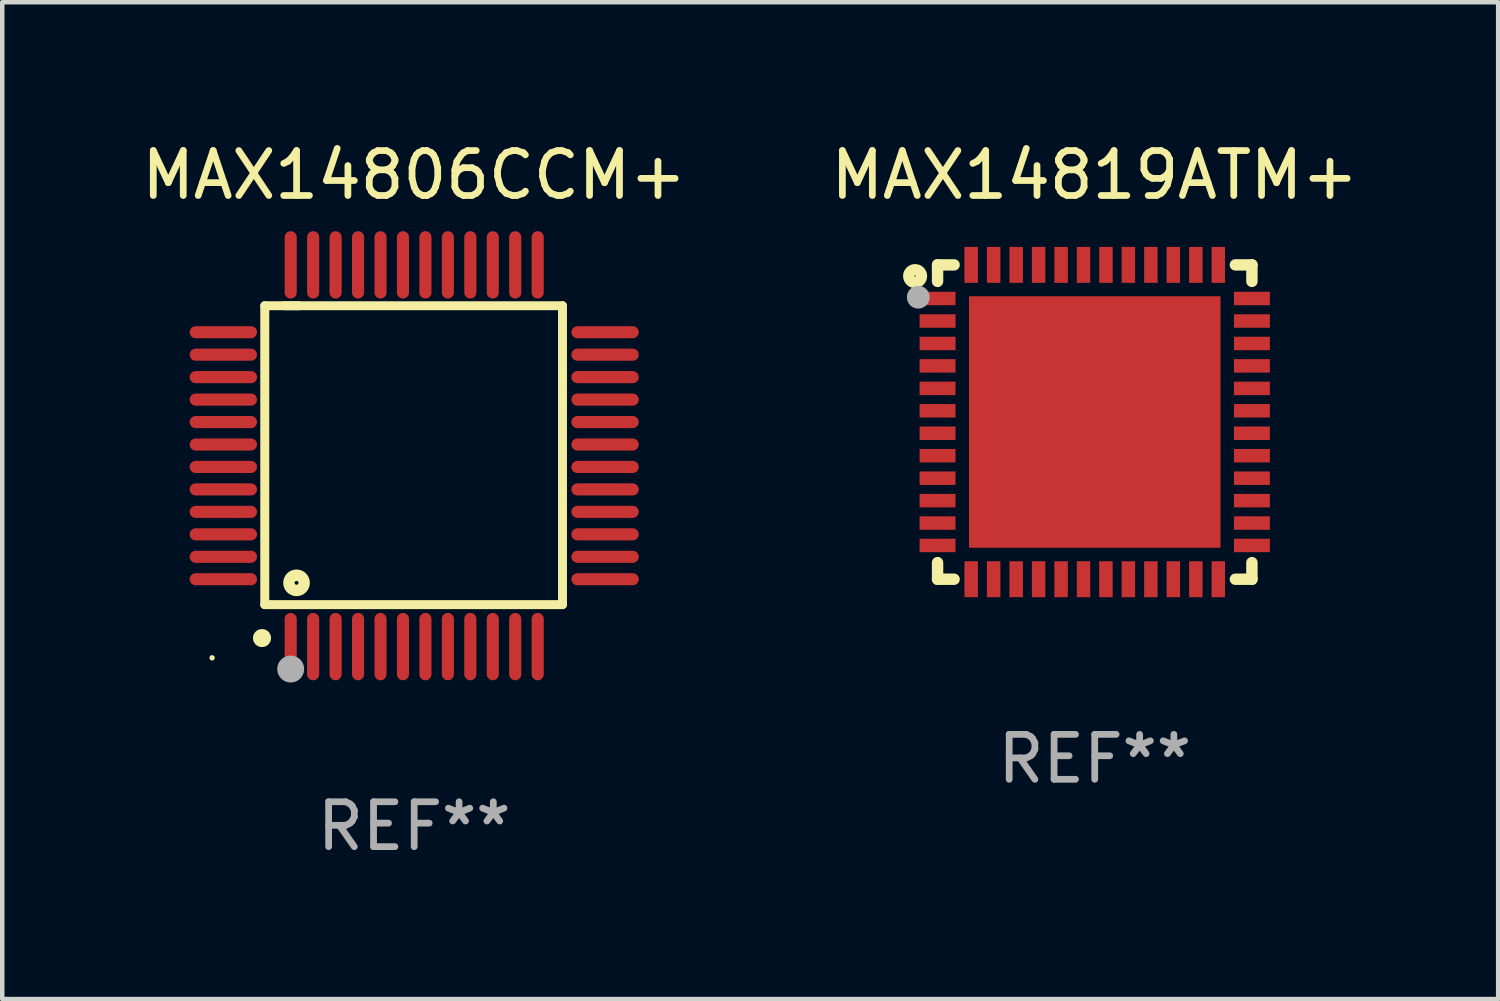
<source format=kicad_pcb>
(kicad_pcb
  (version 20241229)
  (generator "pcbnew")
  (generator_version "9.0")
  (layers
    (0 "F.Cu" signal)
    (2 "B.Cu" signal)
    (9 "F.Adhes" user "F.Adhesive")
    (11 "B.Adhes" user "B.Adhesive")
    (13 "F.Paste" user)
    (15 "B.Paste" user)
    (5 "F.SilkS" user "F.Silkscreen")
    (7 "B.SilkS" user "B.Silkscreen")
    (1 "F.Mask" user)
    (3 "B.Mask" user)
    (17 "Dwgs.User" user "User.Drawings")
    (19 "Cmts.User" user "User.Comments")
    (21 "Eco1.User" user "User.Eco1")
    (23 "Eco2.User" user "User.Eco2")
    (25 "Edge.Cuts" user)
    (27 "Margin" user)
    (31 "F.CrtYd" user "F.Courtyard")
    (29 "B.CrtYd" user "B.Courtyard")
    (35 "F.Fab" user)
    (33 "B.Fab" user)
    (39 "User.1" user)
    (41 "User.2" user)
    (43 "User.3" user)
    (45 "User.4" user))
  (footprint "MAX14806CCM+"
    (layer "F.Cu")
    (at 6.173 7.098)
    (property "Reference" "MAX14806CCM+" (at 0 -6.25 0) (layer "F.SilkS") (effects (font (size 1 1) (thickness 0.15))))
    (attr through_hole)
    (fp_line (start -3.327 -3.34) (end -2.565 -3.34) (stroke (width 0.2) (type solid)) (layer "F.SilkS"))
    (fp_line (start -3.327 3.315) (end -3.327 -3.34) (stroke (width 0.2) (type solid)) (layer "F.SilkS"))
    (fp_line (start -2.896 -3.34) (end 3.302 -3.34) (stroke (width 0.2) (type solid)) (layer "F.SilkS"))
    (fp_line (start 3.302 -3.34) (end 3.302 3.315) (stroke (width 0.2) (type solid)) (layer "F.SilkS"))
    (fp_line (start 3.302 3.315) (end -3.327 3.315) (stroke (width 0.2) (type solid)) (layer "F.SilkS"))
    (fp_arc (start -3.389992 4.059995) (mid -3.388722 4.059991) (end -3.387452 4.059995) (stroke (width 0.4) (type solid)) (layer "F.SilkS"))
    (fp_circle (center -4.5 4.5) (end -4.47 4.5) (stroke (width 0.06) (type solid)) (fill no) (layer "F.SilkS"))
    (fp_circle (center -2.62 2.83) (end -2.45 2.83) (stroke (width 0.254) (type solid)) (fill no) (layer "F.SilkS"))
    (fp_circle (center -2.75 4.75) (end -2.6 4.75) (stroke (width 0.3) (type solid)) (fill no) (layer "F.Fab"))
    (fp_text user "REF**" (at 0 8.25 0) (layer "F.Fab") (effects (font (size 1 1) (thickness 0.15))))
    (pad "1" smd oval (at -2.75 4.25) (size 0.27 1.5) (layers "F.Cu" "F.Mask" "F.Paste"))
    (pad "2" smd oval (at -2.25 4.25) (size 0.27 1.5) (layers "F.Cu" "F.Mask" "F.Paste"))
    (pad "3" smd oval (at -1.75 4.25) (size 0.27 1.5) (layers "F.Cu" "F.Mask" "F.Paste"))
    (pad "4" smd oval (at -1.25 4.25) (size 0.27 1.5) (layers "F.Cu" "F.Mask" "F.Paste"))
    (pad "5" smd oval (at -0.75 4.25) (size 0.27 1.5) (layers "F.Cu" "F.Mask" "F.Paste"))
    (pad "6" smd oval (at -0.25 4.25) (size 0.27 1.5) (layers "F.Cu" "F.Mask" "F.Paste"))
    (pad "7" smd oval (at 0.25 4.25) (size 0.27 1.5) (layers "F.Cu" "F.Mask" "F.Paste"))
    (pad "8" smd oval (at 0.75 4.25) (size 0.27 1.5) (layers "F.Cu" "F.Mask" "F.Paste"))
    (pad "9" smd oval (at 1.25 4.25) (size 0.27 1.5) (layers "F.Cu" "F.Mask" "F.Paste"))
    (pad "10" smd oval (at 1.75 4.25) (size 0.27 1.5) (layers "F.Cu" "F.Mask" "F.Paste"))
    (pad "11" smd oval (at 2.25 4.25) (size 0.27 1.5) (layers "F.Cu" "F.Mask" "F.Paste"))
    (pad "12" smd oval (at 2.75 4.25) (size 0.27 1.5) (layers "F.Cu" "F.Mask" "F.Paste"))
    (pad "13" smd oval (at 4.25 2.75) (size 1.5 0.27) (layers "F.Cu" "F.Mask" "F.Paste"))
    (pad "14" smd oval (at 4.25 2.25) (size 1.5 0.27) (layers "F.Cu" "F.Mask" "F.Paste"))
    (pad "15" smd oval (at 4.25 1.75) (size 1.5 0.27) (layers "F.Cu" "F.Mask" "F.Paste"))
    (pad "16" smd oval (at 4.25 1.25) (size 1.5 0.27) (layers "F.Cu" "F.Mask" "F.Paste"))
    (pad "17" smd oval (at 4.25 0.75) (size 1.5 0.27) (layers "F.Cu" "F.Mask" "F.Paste"))
    (pad "18" smd oval (at 4.25 0.25) (size 1.5 0.27) (layers "F.Cu" "F.Mask" "F.Paste"))
    (pad "19" smd oval (at 4.25 -0.25) (size 1.5 0.27) (layers "F.Cu" "F.Mask" "F.Paste"))
    (pad "20" smd oval (at 4.25 -0.75) (size 1.5 0.27) (layers "F.Cu" "F.Mask" "F.Paste"))
    (pad "21" smd oval (at 4.25 -1.25) (size 1.5 0.27) (layers "F.Cu" "F.Mask" "F.Paste"))
    (pad "22" smd oval (at 4.25 -1.75) (size 1.5 0.27) (layers "F.Cu" "F.Mask" "F.Paste"))
    (pad "23" smd oval (at 4.25 -2.25) (size 1.5 0.27) (layers "F.Cu" "F.Mask" "F.Paste"))
    (pad "24" smd oval (at 4.25 -2.75) (size 1.5 0.27) (layers "F.Cu" "F.Mask" "F.Paste"))
    (pad "25" smd oval (at 2.75 -4.25) (size 0.27 1.5) (layers "F.Cu" "F.Mask" "F.Paste"))
    (pad "26" smd oval (at 2.25 -4.25) (size 0.27 1.5) (layers "F.Cu" "F.Mask" "F.Paste"))
    (pad "27" smd oval (at 1.75 -4.25) (size 0.27 1.5) (layers "F.Cu" "F.Mask" "F.Paste"))
    (pad "28" smd oval (at 1.25 -4.25) (size 0.27 1.5) (layers "F.Cu" "F.Mask" "F.Paste"))
    (pad "29" smd oval (at 0.75 -4.25) (size 0.27 1.5) (layers "F.Cu" "F.Mask" "F.Paste"))
    (pad "30" smd oval (at 0.25 -4.25) (size 0.27 1.5) (layers "F.Cu" "F.Mask" "F.Paste"))
    (pad "31" smd oval (at -0.25 -4.25) (size 0.27 1.5) (layers "F.Cu" "F.Mask" "F.Paste"))
    (pad "32" smd oval (at -0.75 -4.25) (size 0.27 1.5) (layers "F.Cu" "F.Mask" "F.Paste"))
    (pad "33" smd oval (at -1.25 -4.25) (size 0.27 1.5) (layers "F.Cu" "F.Mask" "F.Paste"))
    (pad "34" smd oval (at -1.75 -4.25) (size 0.27 1.5) (layers "F.Cu" "F.Mask" "F.Paste"))
    (pad "35" smd oval (at -2.25 -4.25) (size 0.27 1.5) (layers "F.Cu" "F.Mask" "F.Paste"))
    (pad "36" smd oval (at -2.75 -4.25) (size 0.27 1.5) (layers "F.Cu" "F.Mask" "F.Paste"))
    (pad "37" smd oval (at -4.25 -2.75) (size 1.5 0.27) (layers "F.Cu" "F.Mask" "F.Paste"))
    (pad "38" smd oval (at -4.25 -2.25) (size 1.5 0.27) (layers "F.Cu" "F.Mask" "F.Paste"))
    (pad "39" smd oval (at -4.25 -1.75) (size 1.5 0.27) (layers "F.Cu" "F.Mask" "F.Paste"))
    (pad "40" smd oval (at -4.25 -1.25) (size 1.5 0.27) (layers "F.Cu" "F.Mask" "F.Paste"))
    (pad "41" smd oval (at -4.25 -0.75) (size 1.5 0.27) (layers "F.Cu" "F.Mask" "F.Paste"))
    (pad "42" smd oval (at -4.25 -0.25) (size 1.5 0.27) (layers "F.Cu" "F.Mask" "F.Paste"))
    (pad "43" smd oval (at -4.25 0.25) (size 1.5 0.27) (layers "F.Cu" "F.Mask" "F.Paste"))
    (pad "44" smd oval (at -4.25 0.75) (size 1.5 0.27) (layers "F.Cu" "F.Mask" "F.Paste"))
    (pad "45" smd oval (at -4.25 1.25) (size 1.5 0.27) (layers "F.Cu" "F.Mask" "F.Paste"))
    (pad "46" smd oval (at -4.25 1.75) (size 1.5 0.27) (layers "F.Cu" "F.Mask" "F.Paste"))
    (pad "47" smd oval (at -4.25 2.25) (size 1.5 0.27) (layers "F.Cu" "F.Mask" "F.Paste"))
    (pad "48" smd oval (at -4.25 2.75) (size 1.5 0.27) (layers "F.Cu" "F.Mask" "F.Paste")))
  (footprint "MAX14819ATM+"
    (layer "F.Cu")
    (at 21.327 6.348)
    (property "Reference" "MAX14819ATM+" (at 0 -5.5 0) (layer "F.SilkS") (effects (font (size 1 1) (thickness 0.15))))
    (attr through_hole)
    (fp_line (start -3.5 -3.5) (end -3.132 -3.5) (stroke (width 0.254) (type solid)) (layer "F.SilkS"))
    (fp_line (start -3.5 -3.132) (end -3.5 -3.5) (stroke (width 0.254) (type solid)) (layer "F.SilkS"))
    (fp_line (start -3.5 3.5) (end -3.5 3.13) (stroke (width 0.254) (type solid)) (layer "F.SilkS"))
    (fp_line (start -3.132 3.5) (end -3.5 3.5) (stroke (width 0.254) (type solid)) (layer "F.SilkS"))
    (fp_line (start 3.132 -3.5) (end 3.5 -3.5) (stroke (width 0.254) (type solid)) (layer "F.SilkS"))
    (fp_line (start 3.5 -3.5) (end 3.5 -3.132) (stroke (width 0.254) (type solid)) (layer "F.SilkS"))
    (fp_line (start 3.5 3.13) (end 3.5 3.5) (stroke (width 0.254) (type solid)) (layer "F.SilkS"))
    (fp_line (start 3.5 3.5) (end 3.132 3.5) (stroke (width 0.254) (type solid)) (layer "F.SilkS"))
    (fp_circle (center -4 -3.25) (end -3.859 -3.25) (stroke (width 0.254) (type solid)) (fill no) (layer "F.SilkS"))
    (fp_circle (center -3.5 -3.501) (end -3.47 -3.501) (stroke (width 0.06) (type solid)) (fill no) (layer "F.SilkS"))
    (fp_circle (center -3.93 -2.78) (end -3.803 -2.78) (stroke (width 0.254) (type solid)) (fill no) (layer "F.Fab"))
    (fp_text user "REF**" (at 0 7.5 0) (layer "F.Fab") (effects (font (size 1 1) (thickness 0.15))))
    (pad "1" smd rect (at -3.5 -2.751 270) (size 0.3 0.8) (layers "F.Cu" "F.Mask" "F.Paste"))
    (pad "2" smd rect (at -3.5 -2.25 270) (size 0.3 0.8) (layers "F.Cu" "F.Mask" "F.Paste"))
    (pad "3" smd rect (at -3.5 -1.75 270) (size 0.3 0.8) (layers "F.Cu" "F.Mask" "F.Paste"))
    (pad "4" smd rect (at -3.5 -1.251 270) (size 0.3 0.8) (layers "F.Cu" "F.Mask" "F.Paste"))
    (pad "5" smd rect (at -3.5 -0.75 270) (size 0.3 0.8) (layers "F.Cu" "F.Mask" "F.Paste"))
    (pad "6" smd rect (at -3.5 -0.251 270) (size 0.3 0.8) (layers "F.Cu" "F.Mask" "F.Paste"))
    (pad "7" smd rect (at -3.5 0.249 270) (size 0.3 0.8) (layers "F.Cu" "F.Mask" "F.Paste"))
    (pad "8" smd rect (at -3.5 0.749 270) (size 0.3 0.8) (layers "F.Cu" "F.Mask" "F.Paste"))
    (pad "9" smd rect (at -3.5 1.25 270) (size 0.3 0.8) (layers "F.Cu" "F.Mask" "F.Paste"))
    (pad "10" smd rect (at -3.5 1.75 270) (size 0.3 0.8) (layers "F.Cu" "F.Mask" "F.Paste"))
    (pad "11" smd rect (at -3.5 2.249 270) (size 0.3 0.8) (layers "F.Cu" "F.Mask" "F.Paste"))
    (pad "12" smd rect (at -3.5 2.748 270) (size 0.3 0.8) (layers "F.Cu" "F.Mask" "F.Paste"))
    (pad "13" smd rect (at -2.751 3.5 180) (size 0.3 0.8) (layers "F.Cu" "F.Mask" "F.Paste"))
    (pad "14" smd rect (at -2.251 3.5 180) (size 0.3 0.8) (layers "F.Cu" "F.Mask" "F.Paste"))
    (pad "15" smd rect (at -1.75 3.5 180) (size 0.3 0.8) (layers "F.Cu" "F.Mask" "F.Paste"))
    (pad "16" smd rect (at -1.25 3.5 180) (size 0.3 0.8) (layers "F.Cu" "F.Mask" "F.Paste"))
    (pad "17" smd rect (at -0.749 3.5 180) (size 0.3 0.8) (layers "F.Cu" "F.Mask" "F.Paste"))
    (pad "18" smd rect (at -0.25 3.5 180) (size 0.3 0.8) (layers "F.Cu" "F.Mask" "F.Paste"))
    (pad "19" smd rect (at 0.249 3.5 180) (size 0.3 0.8) (layers "F.Cu" "F.Mask" "F.Paste"))
    (pad "20" smd rect (at 0.749 3.5 180) (size 0.3 0.8) (layers "F.Cu" "F.Mask" "F.Paste"))
    (pad "21" smd rect (at 1.25 3.5 180) (size 0.3 0.8) (layers "F.Cu" "F.Mask" "F.Paste"))
    (pad "22" smd rect (at 1.75 3.5 180) (size 0.3 0.8) (layers "F.Cu" "F.Mask" "F.Paste"))
    (pad "23" smd rect (at 2.251 3.5 180) (size 0.3 0.8) (layers "F.Cu" "F.Mask" "F.Paste"))
    (pad "24" smd rect (at 2.751 3.5 180) (size 0.3 0.8) (layers "F.Cu" "F.Mask" "F.Paste"))
    (pad "25" smd rect (at 3.5 2.748 270) (size 0.3 0.8) (layers "F.Cu" "F.Mask" "F.Paste"))
    (pad "26" smd rect (at 3.5 2.249 270) (size 0.3 0.8) (layers "F.Cu" "F.Mask" "F.Paste"))
    (pad "27" smd rect (at 3.5 1.75 270) (size 0.3 0.8) (layers "F.Cu" "F.Mask" "F.Paste"))
    (pad "28" smd rect (at 3.5 1.25 270) (size 0.3 0.8) (layers "F.Cu" "F.Mask" "F.Paste"))
    (pad "29" smd rect (at 3.5 0.749 270) (size 0.3 0.8) (layers "F.Cu" "F.Mask" "F.Paste"))
    (pad "30" smd rect (at 3.5 0.249 270) (size 0.3 0.8) (layers "F.Cu" "F.Mask" "F.Paste"))
    (pad "31" smd rect (at 3.5 -0.251 270) (size 0.3 0.8) (layers "F.Cu" "F.Mask" "F.Paste"))
    (pad "32" smd rect (at 3.5 -0.75 270) (size 0.3 0.8) (layers "F.Cu" "F.Mask" "F.Paste"))
    (pad "33" smd rect (at 3.5 -1.251 270) (size 0.3 0.8) (layers "F.Cu" "F.Mask" "F.Paste"))
    (pad "34" smd rect (at 3.5 -1.75 270) (size 0.3 0.8) (layers "F.Cu" "F.Mask" "F.Paste"))
    (pad "35" smd rect (at 3.5 -2.25 270) (size 0.3 0.8) (layers "F.Cu" "F.Mask" "F.Paste"))
    (pad "36" smd rect (at 3.5 -2.751 270) (size 0.3 0.8) (layers "F.Cu" "F.Mask" "F.Paste"))
    (pad "37" smd rect (at 2.751 -3.5 180) (size 0.3 0.8) (layers "F.Cu" "F.Mask" "F.Paste"))
    (pad "38" smd rect (at 2.251 -3.5 180) (size 0.3 0.8) (layers "F.Cu" "F.Mask" "F.Paste"))
    (pad "39" smd rect (at 1.75 -3.5 180) (size 0.3 0.8) (layers "F.Cu" "F.Mask" "F.Paste"))
    (pad "40" smd rect (at 1.25 -3.5 180) (size 0.3 0.8) (layers "F.Cu" "F.Mask" "F.Paste"))
    (pad "41" smd rect (at 0.749 -3.5 180) (size 0.3 0.8) (layers "F.Cu" "F.Mask" "F.Paste"))
    (pad "42" smd rect (at 0.25 -3.5 180) (size 0.3 0.8) (layers "F.Cu" "F.Mask" "F.Paste"))
    (pad "43" smd rect (at -0.25 -3.5 180) (size 0.3 0.8) (layers "F.Cu" "F.Mask" "F.Paste"))
    (pad "44" smd rect (at -0.749 -3.5 180) (size 0.3 0.8) (layers "F.Cu" "F.Mask" "F.Paste"))
    (pad "45" smd rect (at -1.25 -3.5 180) (size 0.3 0.8) (layers "F.Cu" "F.Mask" "F.Paste"))
    (pad "46" smd rect (at -1.75 -3.5 180) (size 0.3 0.8) (layers "F.Cu" "F.Mask" "F.Paste"))
    (pad "47" smd rect (at -2.251 -3.5 180) (size 0.3 0.8) (layers "F.Cu" "F.Mask" "F.Paste"))
    (pad "48" smd rect (at -2.751 -3.5 180) (size 0.3 0.8) (layers "F.Cu" "F.Mask" "F.Paste"))
    (pad "49" smd rect (at 0.000127 -0.001 180) (size 5.6 5.6) (layers "F.Cu" "F.Mask" "F.Paste")))
  (gr_rect
    (start -3 -3)
    (end 30.31 19.196)
    (stroke (width 0.1) (type default))
    (fill no)
    (layer "Edge.Cuts")))
</source>
